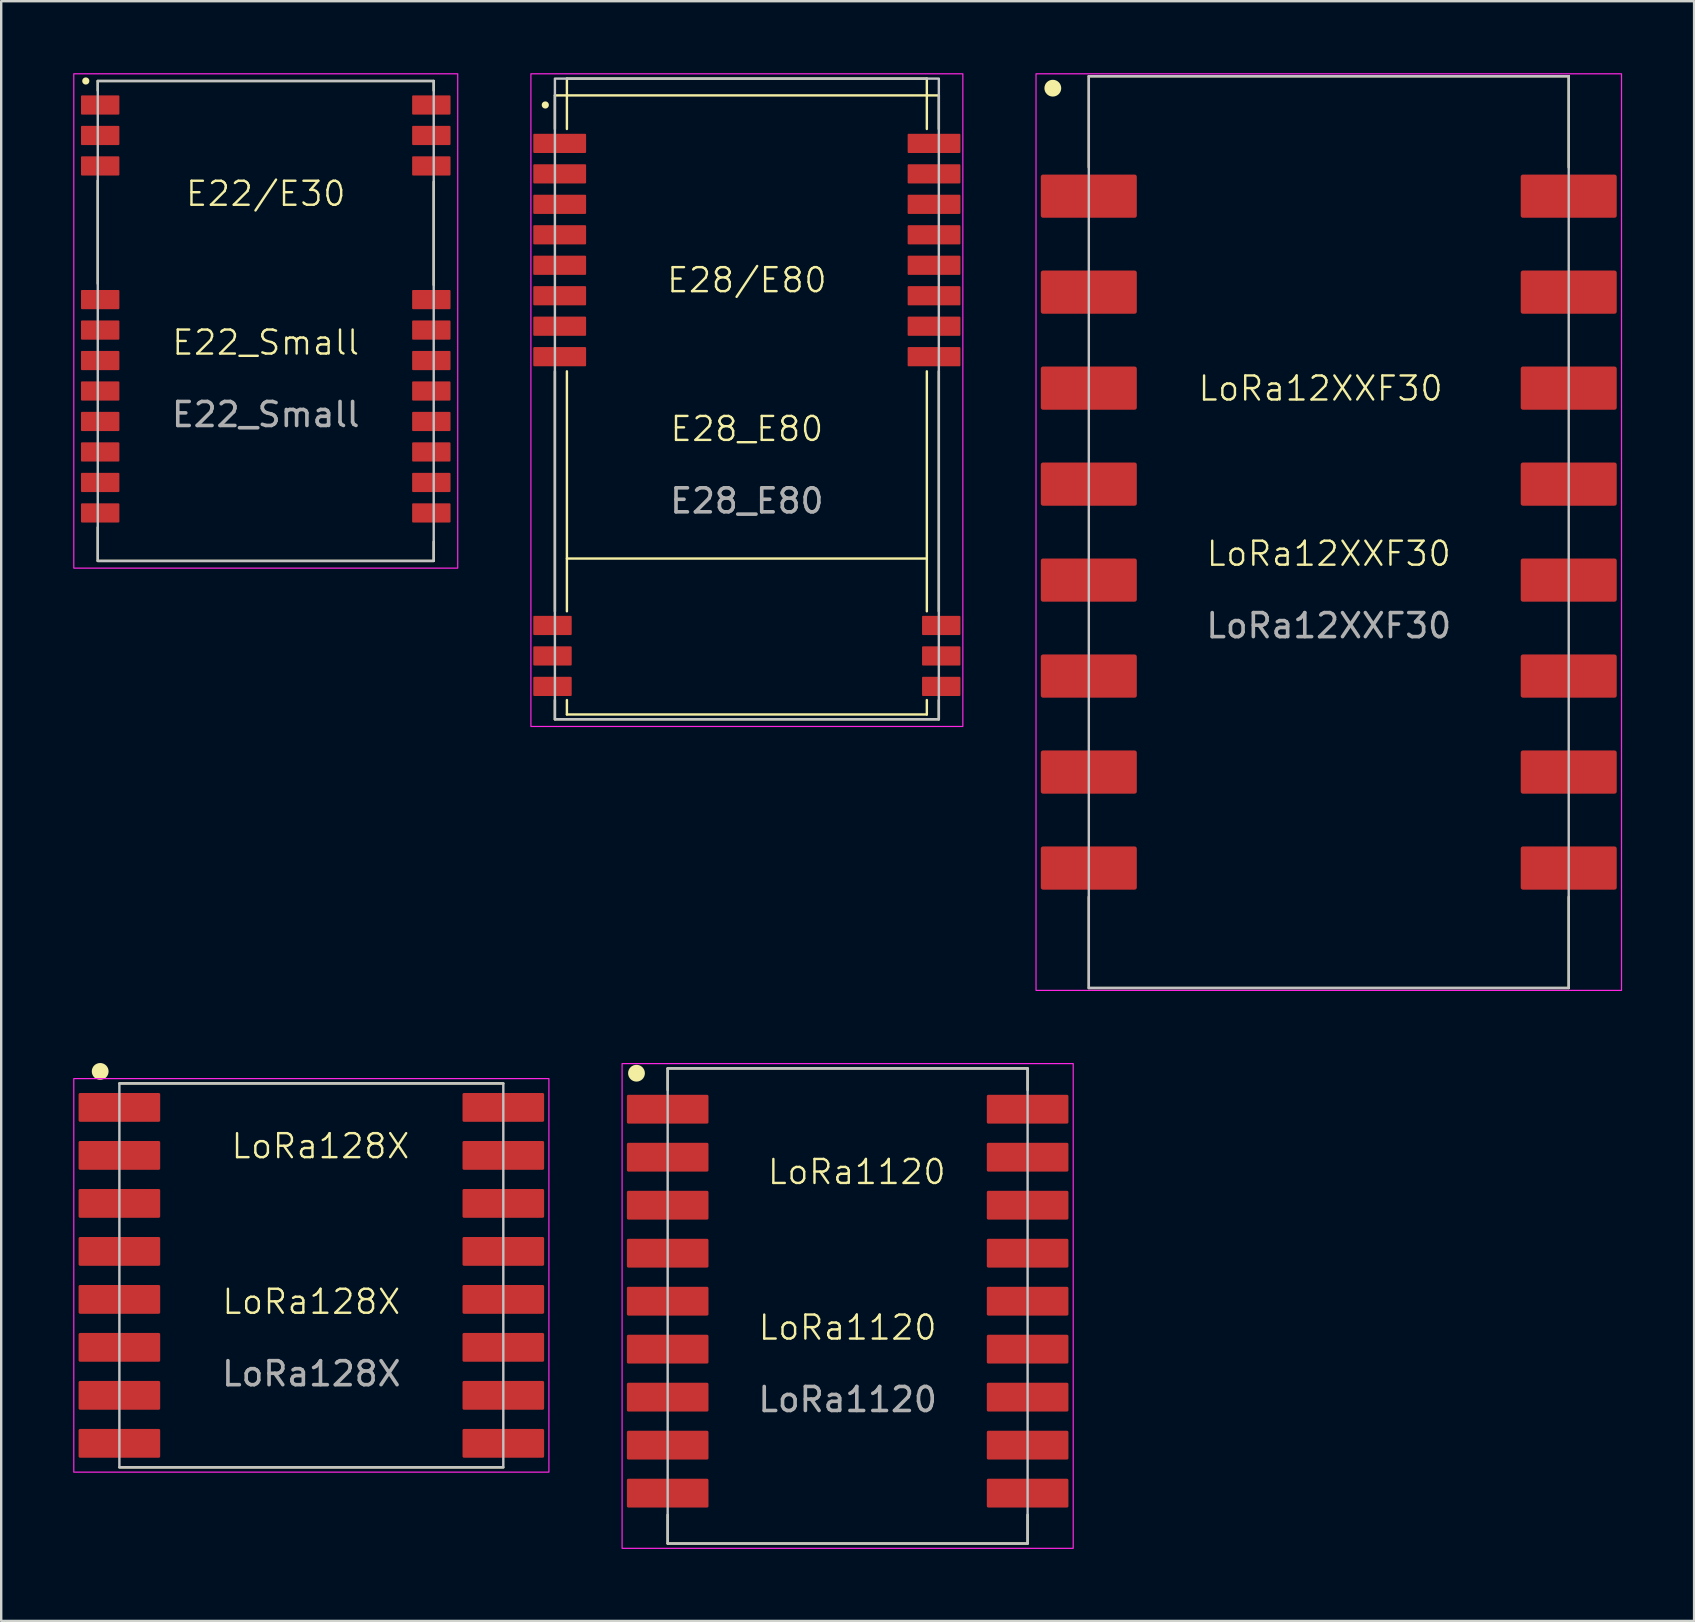
<source format=kicad_pcb>
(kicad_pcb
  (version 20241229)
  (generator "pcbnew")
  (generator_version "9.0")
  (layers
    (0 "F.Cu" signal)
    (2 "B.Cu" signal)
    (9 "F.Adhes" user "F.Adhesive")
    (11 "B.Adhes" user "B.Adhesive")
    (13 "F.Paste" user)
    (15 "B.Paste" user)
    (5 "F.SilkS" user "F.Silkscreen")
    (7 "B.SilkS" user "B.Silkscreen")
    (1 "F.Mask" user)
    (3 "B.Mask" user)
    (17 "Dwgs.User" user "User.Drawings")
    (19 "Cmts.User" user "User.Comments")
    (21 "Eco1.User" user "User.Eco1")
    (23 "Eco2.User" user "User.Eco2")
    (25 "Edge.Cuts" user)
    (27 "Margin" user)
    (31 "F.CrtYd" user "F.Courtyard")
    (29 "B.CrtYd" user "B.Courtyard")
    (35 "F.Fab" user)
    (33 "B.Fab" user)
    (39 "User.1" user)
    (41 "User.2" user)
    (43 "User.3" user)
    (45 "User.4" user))
  (footprint "E22_Small"
    (layer "F.Cu")
    (at 8.025 10.325)
    (property "Reference" "E22_Small" (at 0 0.9 0) (unlocked yes) (layer "F.SilkS") (effects (font (size 1 1) (thickness 0.1))))
    (attr smd)
    (fp_line (start -7 -10) (end 7 -10) (stroke (width 0.1) (type default)) (layer "F.SilkS"))
    (fp_line (start -7 -9.6) (end -7 -10) (stroke (width 0.1) (type default)) (layer "F.SilkS"))
    (fp_line (start -7 -5.85) (end -7 -1.55) (stroke (width 0.1) (type default)) (layer "F.SilkS"))
    (fp_line (start -7 8.6) (end -7 10) (stroke (width 0.1) (type default)) (layer "F.SilkS"))
    (fp_line (start -7 10) (end 7 10) (stroke (width 0.1) (type default)) (layer "F.SilkS"))
    (fp_line (start 7 -10) (end 7 -9.6) (stroke (width 0.1) (type default)) (layer "F.SilkS"))
    (fp_line (start 7 -5.8) (end 7 -1.5) (stroke (width 0.1) (type default)) (layer "F.SilkS"))
    (fp_line (start 7 10) (end 7 9.2) (stroke (width 0.1) (type default)) (layer "F.SilkS"))
    (fp_circle (center -7.5 -10) (end -7.4 -10) (stroke (width 0.1) (type solid)) (fill yes) (layer "F.SilkS"))
    (fp_rect (start -7 -10) (end 7 10) (stroke (width 0.1) (type solid)) (fill no) (layer "Dwgs.User"))
    (fp_rect (start -8 -10.3) (end 8 10.3) (stroke (width 0.05) (type default)) (fill no) (layer "F.CrtYd"))
    (fp_text user "E22/E30" (at 0 -5.3 0) (unlocked yes) (layer "F.SilkS") (effects (font (size 1 1) (thickness 0.1))))
    (fp_text user "${REFERENCE}" (at 0 3.9 0) (unlocked yes) (layer "F.Fab") (effects (font (size 1 1) (thickness 0.15))))
    (pad "1" smd roundrect (at -6.9 -9) (size 1.6 0.8) (layers "F.Cu" "F.Mask" "F.Paste") (roundrect_rratio 0.05))
    (pad "2" smd roundrect (at -6.9 -7.73) (size 1.6 0.8) (layers "F.Cu" "F.Mask" "F.Paste") (roundrect_rratio 0.05))
    (pad "3" smd roundrect (at -6.9 -6.46) (size 1.6 0.8) (layers "F.Cu" "F.Mask" "F.Paste") (roundrect_rratio 0.05))
    (pad "4" smd roundrect (at -6.9 -0.89) (size 1.6 0.8) (layers "F.Cu" "F.Mask" "F.Paste") (roundrect_rratio 0.05))
    (pad "5" smd roundrect (at -6.9 0.38) (size 1.6 0.8) (layers "F.Cu" "F.Mask" "F.Paste") (roundrect_rratio 0.05))
    (pad "6" smd roundrect (at -6.9 1.65) (size 1.6 0.8) (layers "F.Cu" "F.Mask" "F.Paste") (roundrect_rratio 0.05))
    (pad "7" smd roundrect (at -6.9 2.92) (size 1.6 0.8) (layers "F.Cu" "F.Mask" "F.Paste") (roundrect_rratio 0.05))
    (pad "8" smd roundrect (at -6.9 4.19) (size 1.6 0.8) (layers "F.Cu" "F.Mask" "F.Paste") (roundrect_rratio 0.05))
    (pad "9" smd roundrect (at -6.9 5.46) (size 1.6 0.8) (layers "F.Cu" "F.Mask" "F.Paste") (roundrect_rratio 0.05))
    (pad "10" smd roundrect (at -6.9 6.73) (size 1.6 0.8) (layers "F.Cu" "F.Mask" "F.Paste") (roundrect_rratio 0.05))
    (pad "11" smd roundrect (at -6.9 8) (size 1.6 0.8) (layers "F.Cu" "F.Mask" "F.Paste") (roundrect_rratio 0.05))
    (pad "12" smd roundrect (at 6.9 8) (size 1.6 0.8) (layers "F.Cu" "F.Mask" "F.Paste") (roundrect_rratio 0.05))
    (pad "13" smd roundrect (at 6.9 6.73) (size 1.6 0.8) (layers "F.Cu" "F.Mask" "F.Paste") (roundrect_rratio 0.05))
    (pad "14" smd roundrect (at 6.9 5.46) (size 1.6 0.8) (layers "F.Cu" "F.Mask" "F.Paste") (roundrect_rratio 0.05))
    (pad "15" smd roundrect (at 6.9 4.19) (size 1.6 0.8) (layers "F.Cu" "F.Mask" "F.Paste") (roundrect_rratio 0.05))
    (pad "16" smd roundrect (at 6.9 2.92) (size 1.6 0.8) (layers "F.Cu" "F.Mask" "F.Paste") (roundrect_rratio 0.05))
    (pad "17" smd roundrect (at 6.9 1.65) (size 1.6 0.8) (layers "F.Cu" "F.Mask" "F.Paste") (roundrect_rratio 0.05))
    (pad "18" smd roundrect (at 6.9 0.38) (size 1.6 0.8) (layers "F.Cu" "F.Mask" "F.Paste") (roundrect_rratio 0.05))
    (pad "19" smd roundrect (at 6.9 -0.89) (size 1.6 0.8) (layers "F.Cu" "F.Mask" "F.Paste") (roundrect_rratio 0.05))
    (pad "20" smd roundrect (at 6.9 -6.46) (size 1.6 0.8) (layers "F.Cu" "F.Mask" "F.Paste") (roundrect_rratio 0.05))
    (pad "21" smd roundrect (at 6.9 -7.73) (size 1.6 0.8) (layers "F.Cu" "F.Mask" "F.Paste") (roundrect_rratio 0.05))
    (pad "22" smd roundrect (at 6.9 -9) (size 1.6 0.8) (layers "F.Cu" "F.Mask" "F.Paste") (roundrect_rratio 0.05)))
  (footprint "E28_E80"
    (layer "F.Cu")
    (at 28.075 13.925)
    (property "Reference" "E28_E80" (at 0 0.9 0) (unlocked yes) (layer "F.SilkS") (effects (font (size 1 1) (thickness 0.1))))
    (attr smd)
    (fp_line (start -8 -13) (end 8 -13) (stroke (width 0.1) (type default)) (layer "F.SilkS"))
    (fp_line (start -8 -11.6) (end -8 -13) (stroke (width 0.1) (type default)) (layer "F.SilkS"))
    (fp_line (start -8 -1.5) (end -8 8.5) (stroke (width 0.1) (type default)) (layer "F.SilkS"))
    (fp_line (start -8 12.2) (end -8 13) (stroke (width 0.1) (type default)) (layer "F.SilkS"))
    (fp_line (start -8 13) (end 8 13) (stroke (width 0.1) (type default)) (layer "F.SilkS"))
    (fp_line (start -7.5 -13.7) (end 7.5 -13.7) (stroke (width 0.1) (type solid)) (layer "F.SilkS"))
    (fp_line (start -7.5 -11.6) (end -7.5 -13.7) (stroke (width 0.1) (type default)) (layer "F.SilkS"))
    (fp_line (start -7.5 -1.5) (end -7.5 8.5) (stroke (width 0.1) (type default)) (layer "F.SilkS"))
    (fp_line (start -7.5 6.3) (end 7.5 6.3) (stroke (width 0.1) (type solid)) (layer "F.SilkS"))
    (fp_line (start -7.5 12.2) (end -7.5 12.8) (stroke (width 0.1) (type default)) (layer "F.SilkS"))
    (fp_line (start -7.5 12.8) (end 7.5 12.8) (stroke (width 0.1) (type default)) (layer "F.SilkS"))
    (fp_line (start 7.5 -11.6) (end 7.5 -13.7) (stroke (width 0.1) (type default)) (layer "F.SilkS"))
    (fp_line (start 7.5 -1.5) (end 7.5 8.5) (stroke (width 0.1) (type default)) (layer "F.SilkS"))
    (fp_line (start 7.5 12.2) (end 7.5 12.8) (stroke (width 0.1) (type default)) (layer "F.SilkS"))
    (fp_line (start 8 -11.6) (end 8 -13) (stroke (width 0.1) (type default)) (layer "F.SilkS"))
    (fp_line (start 8 -1.5) (end 8 8.5) (stroke (width 0.1) (type default)) (layer "F.SilkS"))
    (fp_line (start 8 12.2) (end 8 13) (stroke (width 0.1) (type default)) (layer "F.SilkS"))
    (fp_circle (center -8.4 -12.6) (end -8.3 -12.6) (stroke (width 0.1) (type solid)) (fill yes) (layer "F.SilkS"))
    (fp_rect (start -8 -13.7) (end 8 13) (stroke (width 0.1) (type solid)) (fill no) (layer "Dwgs.User"))
    (fp_rect (start -9 -13.9) (end 9 13.3) (stroke (width 0.05) (type default)) (fill no) (layer "F.CrtYd"))
    (fp_text user "E28/E80" (at 0 -5.3 0) (unlocked yes) (layer "F.SilkS") (effects (font (size 1 1) (thickness 0.1))))
    (fp_text user "${REFERENCE}" (at 0 3.9 0) (unlocked yes) (layer "F.Fab") (effects (font (size 1 1) (thickness 0.15))))
    (pad "1" smd roundrect (at -7.8 -11) (size 2.2 0.8) (layers "F.Cu" "F.Mask" "F.Paste") (roundrect_rratio 0.05))
    (pad "2" smd roundrect (at -7.8 -9.73) (size 2.2 0.8) (layers "F.Cu" "F.Mask" "F.Paste") (roundrect_rratio 0.05))
    (pad "3" smd roundrect (at -7.8 -8.46) (size 2.2 0.8) (layers "F.Cu" "F.Mask" "F.Paste") (roundrect_rratio 0.05))
    (pad "4" smd roundrect (at -7.8 -7.19) (size 2.2 0.8) (layers "F.Cu" "F.Mask" "F.Paste") (roundrect_rratio 0.05))
    (pad "5" smd roundrect (at -7.8 -5.92) (size 2.2 0.8) (layers "F.Cu" "F.Mask" "F.Paste") (roundrect_rratio 0.05))
    (pad "6" smd roundrect (at -7.8 -4.65) (size 2.2 0.8) (layers "F.Cu" "F.Mask" "F.Paste") (roundrect_rratio 0.05))
    (pad "7" smd roundrect (at -7.8 -3.38) (size 2.2 0.8) (layers "F.Cu" "F.Mask" "F.Paste") (roundrect_rratio 0.05))
    (pad "8" smd roundrect (at -7.8 -2.11) (size 2.2 0.8) (layers "F.Cu" "F.Mask" "F.Paste") (roundrect_rratio 0.05))
    (pad "11" smd roundrect (at -8.1 9.09) (size 1.6 0.8) (layers "F.Cu" "F.Mask" "F.Paste") (roundrect_rratio 0.05))
    (pad "12" smd roundrect (at -8.1 10.36) (size 1.6 0.8) (layers "F.Cu" "F.Mask" "F.Paste") (roundrect_rratio 0.05))
    (pad "13" smd roundrect (at -8.1 11.63) (size 1.6 0.8) (layers "F.Cu" "F.Mask" "F.Paste") (roundrect_rratio 0.05))
    (pad "14" smd roundrect (at 8.1 11.63) (size 1.6 0.8) (layers "F.Cu" "F.Mask" "F.Paste") (roundrect_rratio 0.05))
    (pad "15" smd roundrect (at 8.1 10.36) (size 1.6 0.8) (layers "F.Cu" "F.Mask" "F.Paste") (roundrect_rratio 0.05))
    (pad "16" smd roundrect (at 8.1 9.09) (size 1.6 0.8) (layers "F.Cu" "F.Mask" "F.Paste") (roundrect_rratio 0.05))
    (pad "19" smd roundrect (at 7.8 -2.11) (size 2.2 0.8) (layers "F.Cu" "F.Mask" "F.Paste") (roundrect_rratio 0.05))
    (pad "20" smd roundrect (at 7.8 -3.38) (size 2.2 0.8) (layers "F.Cu" "F.Mask" "F.Paste") (roundrect_rratio 0.05))
    (pad "21" smd roundrect (at 7.8 -4.65) (size 2.2 0.8) (layers "F.Cu" "F.Mask" "F.Paste") (roundrect_rratio 0.05))
    (pad "22" smd roundrect (at 7.8 -5.92) (size 2.2 0.8) (layers "F.Cu" "F.Mask" "F.Paste") (roundrect_rratio 0.05))
    (pad "23" smd roundrect (at 7.8 -7.19) (size 2.2 0.8) (layers "F.Cu" "F.Mask" "F.Paste") (roundrect_rratio 0.05))
    (pad "24" smd roundrect (at 7.8 -8.46) (size 2.2 0.8) (layers "F.Cu" "F.Mask" "F.Paste") (roundrect_rratio 0.05))
    (pad "25" smd roundrect (at 7.8 -9.73) (size 2.2 0.8) (layers "F.Cu" "F.Mask" "F.Paste") (roundrect_rratio 0.05))
    (pad "26" smd roundrect (at 7.8 -11) (size 2.2 0.8) (layers "F.Cu" "F.Mask" "F.Paste") (roundrect_rratio 0.05)))
  (footprint "LoRa128X"
    (layer "F.Cu")
    (at 9.925 50.1)
    (property "Reference" "LoRa128X" (at 0 1.1 0) (unlocked yes) (layer "F.SilkS") (effects (font (size 1 1) (thickness 0.1))))
    (attr smd)
    (fp_line (start -8 -8) (end 8 -8) (stroke (width 0.1) (type solid)) (layer "F.SilkS"))
    (fp_line (start -8 8) (end 8 8) (stroke (width 0.1) (type solid)) (layer "F.SilkS"))
    (fp_circle (center -8.8 -8.5) (end -8.5 -8.5) (stroke (width 0.1) (type solid)) (fill yes) (layer "F.SilkS"))
    (fp_rect (start -8 -8) (end 8 8) (stroke (width 0.1) (type solid)) (fill no) (layer "Dwgs.User"))
    (fp_rect (start -9.9 -8.2) (end 9.9 8.2) (stroke (width 0.05) (type default)) (fill no) (layer "F.CrtYd"))
    (fp_text user "LoRa128X" (at -3.4 -4.8 0) (unlocked yes) (layer "F.SilkS") (effects (font (size 1 1) (thickness 0.1)) (justify left bottom)))
    (fp_text user "${REFERENCE}" (at 0 4.1 0) (unlocked yes) (layer "F.Fab") (effects (font (size 1 1) (thickness 0.15))))
    (pad "1" smd roundrect (at -8 -7) (size 3.4 1.2) (layers "F.Cu" "F.Mask" "F.Paste") (roundrect_rratio 0.05))
    (pad "2" smd roundrect (at -8 -5) (size 3.4 1.2) (layers "F.Cu" "F.Mask" "F.Paste") (roundrect_rratio 0.05))
    (pad "3" smd roundrect (at -8 -3) (size 3.4 1.2) (layers "F.Cu" "F.Mask" "F.Paste") (roundrect_rratio 0.05))
    (pad "4" smd roundrect (at -8 -1) (size 3.4 1.2) (layers "F.Cu" "F.Mask" "F.Paste") (roundrect_rratio 0.05))
    (pad "5" smd roundrect (at -8 1) (size 3.4 1.2) (layers "F.Cu" "F.Mask" "F.Paste") (roundrect_rratio 0.05))
    (pad "6" smd roundrect (at -8 3) (size 3.4 1.2) (layers "F.Cu" "F.Mask" "F.Paste") (roundrect_rratio 0.05))
    (pad "7" smd roundrect (at -8 5) (size 3.4 1.2) (layers "F.Cu" "F.Mask" "F.Paste") (roundrect_rratio 0.05))
    (pad "8" smd roundrect (at -8 7) (size 3.4 1.2) (layers "F.Cu" "F.Mask" "F.Paste") (roundrect_rratio 0.05))
    (pad "9" smd roundrect (at 8 7) (size 3.4 1.2) (layers "F.Cu" "F.Mask" "F.Paste") (roundrect_rratio 0.05))
    (pad "10" smd roundrect (at 8 5) (size 3.4 1.2) (layers "F.Cu" "F.Mask" "F.Paste") (roundrect_rratio 0.05))
    (pad "11" smd roundrect (at 8 3) (size 3.4 1.2) (layers "F.Cu" "F.Mask" "F.Paste") (roundrect_rratio 0.05))
    (pad "12" smd roundrect (at 8 1) (size 3.4 1.2) (layers "F.Cu" "F.Mask" "F.Paste") (roundrect_rratio 0.05))
    (pad "13" smd roundrect (at 8 -1) (size 3.4 1.2) (layers "F.Cu" "F.Mask" "F.Paste") (roundrect_rratio 0.05))
    (pad "14" smd roundrect (at 8 -3) (size 3.4 1.2) (layers "F.Cu" "F.Mask" "F.Paste") (roundrect_rratio 0.05))
    (pad "15" smd roundrect (at 8 -5) (size 3.4 1.2) (layers "F.Cu" "F.Mask" "F.Paste") (roundrect_rratio 0.05))
    (pad "16" smd roundrect (at 8 -7) (size 3.4 1.2) (layers "F.Cu" "F.Mask" "F.Paste") (roundrect_rratio 0.05)))
  (footprint "LoRa12XXF30"
    (layer "F.Cu")
    (at 52.325 19.125)
    (property "Reference" "LoRa12XXF30" (at 0 0.9 0) (unlocked yes) (layer "F.SilkS") (effects (font (size 1 1) (thickness 0.1))))
    (attr smd)
    (fp_line (start -10 -19) (end 10 -19) (stroke (width 0.1) (type solid)) (layer "F.SilkS"))
    (fp_line (start -10 -15.2) (end -10 -19) (stroke (width 0.1) (type solid)) (layer "F.SilkS"))
    (fp_line (start -10 19) (end -10 15.2) (stroke (width 0.1) (type solid)) (layer "F.SilkS"))
    (fp_line (start -10 19) (end 10 19) (stroke (width 0.1) (type solid)) (layer "F.SilkS"))
    (fp_line (start 10 -15.2) (end 10 -19) (stroke (width 0.1) (type solid)) (layer "F.SilkS"))
    (fp_line (start 10 19) (end 10 15.2) (stroke (width 0.1) (type solid)) (layer "F.SilkS"))
    (fp_circle (center -11.5 -18.5) (end -11.2 -18.5) (stroke (width 0.1) (type solid)) (fill yes) (layer "F.SilkS"))
    (fp_rect (start -10 -19) (end 10 19) (stroke (width 0.1) (type solid)) (fill no) (layer "Dwgs.User"))
    (fp_rect (start -12.2 -19.1) (end 12.2 19.1) (stroke (width 0.05) (type default)) (fill no) (layer "F.CrtYd"))
    (fp_text user "LoRa12XXF30" (at -5.5 -5.4 0) (unlocked yes) (layer "F.SilkS") (effects (font (size 1 1) (thickness 0.1)) (justify left bottom)))
    (fp_text user "${REFERENCE}" (at 0 3.9 0) (unlocked yes) (layer "F.Fab") (effects (font (size 1 1) (thickness 0.15))))
    (pad "1" smd roundrect (at -10 -14) (size 4 1.8) (layers "F.Cu" "F.Mask" "F.Paste") (roundrect_rratio 0.05))
    (pad "2" smd roundrect (at -10 -10) (size 4 1.8) (layers "F.Cu" "F.Mask" "F.Paste") (roundrect_rratio 0.05))
    (pad "3" smd roundrect (at -10 -6) (size 4 1.8) (layers "F.Cu" "F.Mask" "F.Paste") (roundrect_rratio 0.05))
    (pad "4" smd roundrect (at -10 -2) (size 4 1.8) (layers "F.Cu" "F.Mask" "F.Paste") (roundrect_rratio 0.05))
    (pad "5" smd roundrect (at -10 2) (size 4 1.8) (layers "F.Cu" "F.Mask" "F.Paste") (roundrect_rratio 0.05))
    (pad "6" smd roundrect (at -10 6) (size 4 1.8) (layers "F.Cu" "F.Mask" "F.Paste") (roundrect_rratio 0.05))
    (pad "7" smd roundrect (at -10 10) (size 4 1.8) (layers "F.Cu" "F.Mask" "F.Paste") (roundrect_rratio 0.05))
    (pad "8" smd roundrect (at -10 14) (size 4 1.8) (layers "F.Cu" "F.Mask" "F.Paste") (roundrect_rratio 0.05))
    (pad "9" smd roundrect (at 10 14) (size 4 1.8) (layers "F.Cu" "F.Mask" "F.Paste") (roundrect_rratio 0.05))
    (pad "10" smd roundrect (at 10 10) (size 4 1.8) (layers "F.Cu" "F.Mask" "F.Paste") (roundrect_rratio 0.05))
    (pad "11" smd roundrect (at 10 6) (size 4 1.8) (layers "F.Cu" "F.Mask" "F.Paste") (roundrect_rratio 0.05))
    (pad "12" smd roundrect (at 10 2) (size 4 1.8) (layers "F.Cu" "F.Mask" "F.Paste") (roundrect_rratio 0.05))
    (pad "13" smd roundrect (at 10 -2) (size 4 1.8) (layers "F.Cu" "F.Mask" "F.Paste") (roundrect_rratio 0.05))
    (pad "14" smd roundrect (at 10 -6) (size 4 1.8) (layers "F.Cu" "F.Mask" "F.Paste") (roundrect_rratio 0.05))
    (pad "15" smd roundrect (at 10 -10) (size 4 1.8) (layers "F.Cu" "F.Mask" "F.Paste") (roundrect_rratio 0.05))
    (pad "16" smd roundrect (at 10 -14) (size 4 1.8) (layers "F.Cu" "F.Mask" "F.Paste") (roundrect_rratio 0.05)))
  (footprint "LoRa1120"
    (layer "F.Cu")
    (at 32.275 51.175)
    (property "Reference" "LoRa1120" (at 0 1.1 0) (unlocked yes) (layer "F.SilkS") (effects (font (size 1 1) (thickness 0.1))))
    (attr smd)
    (fp_line (start -7.5 -9.7) (end -7.5 -8.8) (stroke (width 0.1) (type default)) (layer "F.SilkS"))
    (fp_line (start -7.5 -9.7) (end 7.5 -9.7) (stroke (width 0.1) (type solid)) (layer "F.SilkS"))
    (fp_line (start -7.5 8.9) (end -7.5 10.1) (stroke (width 0.1) (type default)) (layer "F.SilkS"))
    (fp_line (start -7.5 10.1) (end 7.5 10.1) (stroke (width 0.1) (type solid)) (layer "F.SilkS"))
    (fp_line (start 7.5 -9.7) (end 7.5 -8.8) (stroke (width 0.1) (type default)) (layer "F.SilkS"))
    (fp_line (start 7.5 8.9) (end 7.5 10.1) (stroke (width 0.1) (type default)) (layer "F.SilkS"))
    (fp_circle (center -8.8 -9.5) (end -8.5 -9.5) (stroke (width 0.1) (type solid)) (fill yes) (layer "F.SilkS"))
    (fp_rect (start -7.5 -9.7) (end 7.5 10.1) (stroke (width 0.1) (type solid)) (fill no) (layer "Dwgs.User"))
    (fp_rect (start -9.4 -9.9) (end 9.4 10.3) (stroke (width 0.05) (type default)) (fill no) (layer "F.CrtYd"))
    (fp_text user "LoRa1120" (at -3.4 -4.8 0) (unlocked yes) (layer "F.SilkS") (effects (font (size 1 1) (thickness 0.1)) (justify left bottom)))
    (fp_text user "${REFERENCE}" (at 0 4.1 0) (unlocked yes) (layer "F.Fab") (effects (font (size 1 1) (thickness 0.15))))
    (pad "1" smd roundrect (at -7.5 -8) (size 3.4 1.2) (layers "F.Cu" "F.Mask" "F.Paste") (roundrect_rratio 0.05))
    (pad "2" smd roundrect (at -7.5 -6) (size 3.4 1.2) (layers "F.Cu" "F.Mask" "F.Paste") (roundrect_rratio 0.05))
    (pad "3" smd roundrect (at -7.5 -4) (size 3.4 1.2) (layers "F.Cu" "F.Mask" "F.Paste") (roundrect_rratio 0.05))
    (pad "4" smd roundrect (at -7.5 -2) (size 3.4 1.2) (layers "F.Cu" "F.Mask" "F.Paste") (roundrect_rratio 0.05))
    (pad "5" smd roundrect (at -7.5 0) (size 3.4 1.2) (layers "F.Cu" "F.Mask" "F.Paste") (roundrect_rratio 0.05))
    (pad "6" smd roundrect (at -7.5 2) (size 3.4 1.2) (layers "F.Cu" "F.Mask" "F.Paste") (roundrect_rratio 0.05))
    (pad "7" smd roundrect (at -7.5 4) (size 3.4 1.2) (layers "F.Cu" "F.Mask" "F.Paste") (roundrect_rratio 0.05))
    (pad "8" smd roundrect (at -7.5 6) (size 3.4 1.2) (layers "F.Cu" "F.Mask" "F.Paste") (roundrect_rratio 0.05))
    (pad "9" smd roundrect (at -7.5 8) (size 3.4 1.2) (layers "F.Cu" "F.Mask" "F.Paste") (roundrect_rratio 0.05))
    (pad "10" smd roundrect (at 7.5 8) (size 3.4 1.2) (layers "F.Cu" "F.Mask" "F.Paste") (roundrect_rratio 0.05))
    (pad "11" smd roundrect (at 7.5 6) (size 3.4 1.2) (layers "F.Cu" "F.Mask" "F.Paste") (roundrect_rratio 0.05))
    (pad "12" smd roundrect (at 7.5 4) (size 3.4 1.2) (layers "F.Cu" "F.Mask" "F.Paste") (roundrect_rratio 0.05))
    (pad "13" smd roundrect (at 7.5 2) (size 3.4 1.2) (layers "F.Cu" "F.Mask" "F.Paste") (roundrect_rratio 0.05))
    (pad "14" smd roundrect (at 7.5 0) (size 3.4 1.2) (layers "F.Cu" "F.Mask" "F.Paste") (roundrect_rratio 0.05))
    (pad "15" smd roundrect (at 7.5 -2) (size 3.4 1.2) (layers "F.Cu" "F.Mask" "F.Paste") (roundrect_rratio 0.05))
    (pad "16" smd roundrect (at 7.5 -4) (size 3.4 1.2) (layers "F.Cu" "F.Mask" "F.Paste") (roundrect_rratio 0.05))
    (pad "17" smd roundrect (at 7.5 -6) (size 3.4 1.2) (layers "F.Cu" "F.Mask" "F.Paste") (roundrect_rratio 0.05))
    (pad "18" smd roundrect (at 7.5 -8) (size 3.4 1.2) (layers "F.Cu" "F.Mask" "F.Paste") (roundrect_rratio 0.05)))
  (gr_rect
    (start -3 -3)
    (end 67.55 64.5)
    (stroke (width 0.1) (type default))
    (fill no)
    (layer "Edge.Cuts")))
</source>
